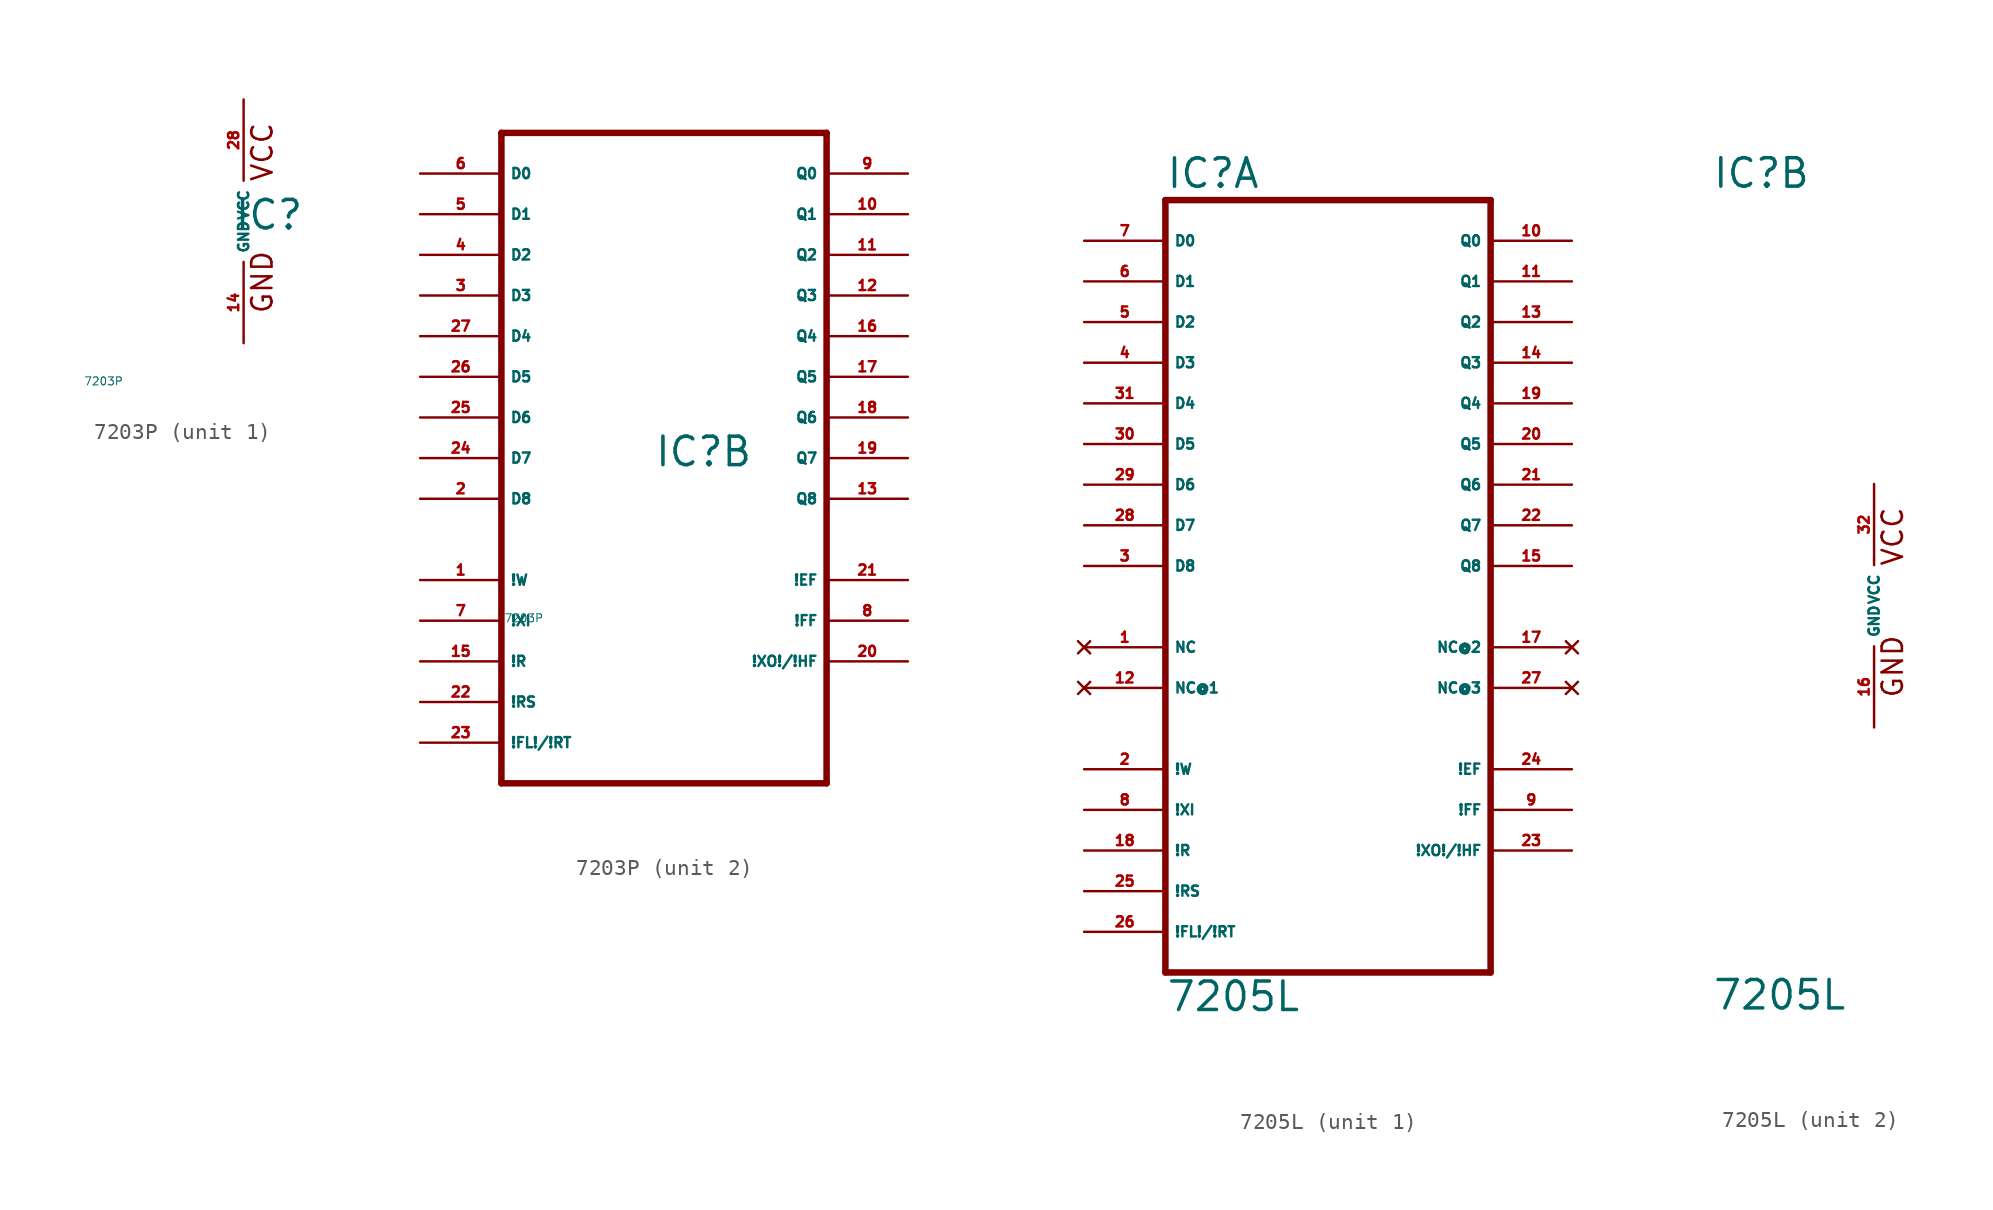
<source format=kicad_sym>
(kicad_symbol_lib
  (version 20220914)
  (generator Eagle2Kicad)
  (symbol "7203P"
    (property "Reference" "IC"
      (at -0.635 -0.635 0)
      (effects (font (size 1.778 1.778) (thickness 0.22)) (justify left bottom)))
    (property "Value" "7203P"
      (at -10 -10 0)
      (effects (font (size 0.5 0.5) (thickness 0.06)) (justify left)))
    (symbol "7203P_1_0"
      (text "GND" (at 1.905 -5.842 900) (effects (font (size 1.27 1.27) (thickness 0.16)) (justify left bottom)))
      (text "VCC" (at 1.905 2.413 900) (effects (font (size 1.27 1.27) (thickness 0.16)) (justify left bottom)))
      (pin unspecified line (at 0 7.62 270) (length 5.08) (name "VCC" (effects (font (size 0.635 0.635) (thickness 0.08)) (justify left bottom))) (number "28" (effects (font (size 0.635 0.635) (thickness 0.08)) (justify left bottom))))
      (pin unspecified line (at 0 -7.62 90) (length 5.08) (name "GND" (effects (font (size 0.635 0.635) (thickness 0.08)) (justify left bottom))) (number "14" (effects (font (size 0.635 0.635) (thickness 0.08)) (justify left bottom)))))
    (symbol "7203P_2_0"
      (polyline (pts (xy -10.16 -20.32) (xy 10.16 -20.32)) (stroke (width 0.406) (type default)) (fill (type none)))
      (polyline (pts (xy 10.16 -20.32) (xy 10.16 20.32)) (stroke (width 0.406) (type default)) (fill (type none)))
      (polyline (pts (xy 10.16 20.32) (xy -10.16 20.32)) (stroke (width 0.406) (type default)) (fill (type none)))
      (polyline (pts (xy -10.16 20.32) (xy -10.16 -20.32)) (stroke (width 0.406) (type default)) (fill (type none)))
      (pin input line (at -15.24 17.78 0) (length 5.08) (name "D0" (effects (font (size 0.635 0.635) (thickness 0.08)) (justify left bottom))) (number "6" (effects (font (size 0.635 0.635) (thickness 0.08)) (justify left bottom))))
      (pin input line (at -15.24 15.24 0) (length 5.08) (name "D1" (effects (font (size 0.635 0.635) (thickness 0.08)) (justify left bottom))) (number "5" (effects (font (size 0.635 0.635) (thickness 0.08)) (justify left bottom))))
      (pin input line (at -15.24 12.7 0) (length 5.08) (name "D2" (effects (font (size 0.635 0.635) (thickness 0.08)) (justify left bottom))) (number "4" (effects (font (size 0.635 0.635) (thickness 0.08)) (justify left bottom))))
      (pin input line (at -15.24 10.16 0) (length 5.08) (name "D3" (effects (font (size 0.635 0.635) (thickness 0.08)) (justify left bottom))) (number "3" (effects (font (size 0.635 0.635) (thickness 0.08)) (justify left bottom))))
      (pin input line (at -15.24 7.62 0) (length 5.08) (name "D4" (effects (font (size 0.635 0.635) (thickness 0.08)) (justify left bottom))) (number "27" (effects (font (size 0.635 0.635) (thickness 0.08)) (justify left bottom))))
      (pin input line (at -15.24 5.08 0) (length 5.08) (name "D5" (effects (font (size 0.635 0.635) (thickness 0.08)) (justify left bottom))) (number "26" (effects (font (size 0.635 0.635) (thickness 0.08)) (justify left bottom))))
      (pin input line (at -15.24 2.54 0) (length 5.08) (name "D6" (effects (font (size 0.635 0.635) (thickness 0.08)) (justify left bottom))) (number "25" (effects (font (size 0.635 0.635) (thickness 0.08)) (justify left bottom))))
      (pin input line (at -15.24 0 0) (length 5.08) (name "D7" (effects (font (size 0.635 0.635) (thickness 0.08)) (justify left bottom))) (number "24" (effects (font (size 0.635 0.635) (thickness 0.08)) (justify left bottom))))
      (pin input line (at -15.24 -2.54 0) (length 5.08) (name "D8" (effects (font (size 0.635 0.635) (thickness 0.08)) (justify left bottom))) (number "2" (effects (font (size 0.635 0.635) (thickness 0.08)) (justify left bottom))))
      (pin input line (at -15.24 -7.62 0) (length 5.08) (name "!W" (effects (font (size 0.635 0.635) (thickness 0.08)) (justify left bottom))) (number "1" (effects (font (size 0.635 0.635) (thickness 0.08)) (justify left bottom))))
      (pin input line (at -15.24 -10.16 0) (length 5.08) (name "!XI" (effects (font (size 0.635 0.635) (thickness 0.08)) (justify left bottom))) (number "7" (effects (font (size 0.635 0.635) (thickness 0.08)) (justify left bottom))))
      (pin input line (at -15.24 -12.7 0) (length 5.08) (name "!R" (effects (font (size 0.635 0.635) (thickness 0.08)) (justify left bottom))) (number "15" (effects (font (size 0.635 0.635) (thickness 0.08)) (justify left bottom))))
      (pin input line (at -15.24 -15.24 0) (length 5.08) (name "!RS" (effects (font (size 0.635 0.635) (thickness 0.08)) (justify left bottom))) (number "22" (effects (font (size 0.635 0.635) (thickness 0.08)) (justify left bottom))))
      (pin input line (at -15.24 -17.78 0) (length 5.08) (name "!FL!/!RT" (effects (font (size 0.635 0.635) (thickness 0.08)) (justify left bottom))) (number "23" (effects (font (size 0.635 0.635) (thickness 0.08)) (justify left bottom))))
      (pin output line (at 15.24 17.78 180) (length 5.08) (name "Q0" (effects (font (size 0.635 0.635) (thickness 0.08)) (justify left bottom))) (number "9" (effects (font (size 0.635 0.635) (thickness 0.08)) (justify left bottom))))
      (pin output line (at 15.24 15.24 180) (length 5.08) (name "Q1" (effects (font (size 0.635 0.635) (thickness 0.08)) (justify left bottom))) (number "10" (effects (font (size 0.635 0.635) (thickness 0.08)) (justify left bottom))))
      (pin output line (at 15.24 12.7 180) (length 5.08) (name "Q2" (effects (font (size 0.635 0.635) (thickness 0.08)) (justify left bottom))) (number "11" (effects (font (size 0.635 0.635) (thickness 0.08)) (justify left bottom))))
      (pin output line (at 15.24 10.16 180) (length 5.08) (name "Q3" (effects (font (size 0.635 0.635) (thickness 0.08)) (justify left bottom))) (number "12" (effects (font (size 0.635 0.635) (thickness 0.08)) (justify left bottom))))
      (pin output line (at 15.24 7.62 180) (length 5.08) (name "Q4" (effects (font (size 0.635 0.635) (thickness 0.08)) (justify left bottom))) (number "16" (effects (font (size 0.635 0.635) (thickness 0.08)) (justify left bottom))))
      (pin output line (at 15.24 5.08 180) (length 5.08) (name "Q5" (effects (font (size 0.635 0.635) (thickness 0.08)) (justify left bottom))) (number "17" (effects (font (size 0.635 0.635) (thickness 0.08)) (justify left bottom))))
      (pin output line (at 15.24 2.54 180) (length 5.08) (name "Q6" (effects (font (size 0.635 0.635) (thickness 0.08)) (justify left bottom))) (number "18" (effects (font (size 0.635 0.635) (thickness 0.08)) (justify left bottom))))
      (pin output line (at 15.24 0 180) (length 5.08) (name "Q7" (effects (font (size 0.635 0.635) (thickness 0.08)) (justify left bottom))) (number "19" (effects (font (size 0.635 0.635) (thickness 0.08)) (justify left bottom))))
      (pin output line (at 15.24 -2.54 180) (length 5.08) (name "Q8" (effects (font (size 0.635 0.635) (thickness 0.08)) (justify left bottom))) (number "13" (effects (font (size 0.635 0.635) (thickness 0.08)) (justify left bottom))))
      (pin output line (at 15.24 -7.62 180) (length 5.08) (name "!EF" (effects (font (size 0.635 0.635) (thickness 0.08)) (justify left bottom))) (number "21" (effects (font (size 0.635 0.635) (thickness 0.08)) (justify left bottom))))
      (pin output line (at 15.24 -10.16 180) (length 5.08) (name "!FF" (effects (font (size 0.635 0.635) (thickness 0.08)) (justify left bottom))) (number "8" (effects (font (size 0.635 0.635) (thickness 0.08)) (justify left bottom))))
      (pin output line (at 15.24 -12.7 180) (length 5.08) (name "!XO!/!HF" (effects (font (size 0.635 0.635) (thickness 0.08)) (justify left bottom))) (number "20" (effects (font (size 0.635 0.635) (thickness 0.08)) (justify left bottom))))))
  (symbol "7205L"
    (property "Reference" "IC"
      (at -10.16 26.035 0)
      (effects (font (size 1.778 1.778) (thickness 0.22)) (justify left bottom)))
    (property "Value" "7205L"
      (at -10.16 -25.4 0)
      (effects (font (size 1.778 1.778) (thickness 0.22)) (justify left bottom)))
    (symbol "7205L_1_0"
      (polyline (pts (xy -10.16 -22.86) (xy 10.16 -22.86)) (stroke (width 0.406) (type default)) (fill (type none)))
      (polyline (pts (xy 10.16 -22.86) (xy 10.16 25.4)) (stroke (width 0.406) (type default)) (fill (type none)))
      (polyline (pts (xy 10.16 25.4) (xy -10.16 25.4)) (stroke (width 0.406) (type default)) (fill (type none)))
      (polyline (pts (xy -10.16 25.4) (xy -10.16 -22.86)) (stroke (width 0.406) (type default)) (fill (type none)))
      (pin input line (at -15.24 22.86 0) (length 5.08) (name "D0" (effects (font (size 0.635 0.635) (thickness 0.08)) (justify left bottom))) (number "7" (effects (font (size 0.635 0.635) (thickness 0.08)) (justify left bottom))))
      (pin input line (at -15.24 20.32 0) (length 5.08) (name "D1" (effects (font (size 0.635 0.635) (thickness 0.08)) (justify left bottom))) (number "6" (effects (font (size 0.635 0.635) (thickness 0.08)) (justify left bottom))))
      (pin input line (at -15.24 17.78 0) (length 5.08) (name "D2" (effects (font (size 0.635 0.635) (thickness 0.08)) (justify left bottom))) (number "5" (effects (font (size 0.635 0.635) (thickness 0.08)) (justify left bottom))))
      (pin input line (at -15.24 15.24 0) (length 5.08) (name "D3" (effects (font (size 0.635 0.635) (thickness 0.08)) (justify left bottom))) (number "4" (effects (font (size 0.635 0.635) (thickness 0.08)) (justify left bottom))))
      (pin input line (at -15.24 12.7 0) (length 5.08) (name "D4" (effects (font (size 0.635 0.635) (thickness 0.08)) (justify left bottom))) (number "31" (effects (font (size 0.635 0.635) (thickness 0.08)) (justify left bottom))))
      (pin input line (at -15.24 10.16 0) (length 5.08) (name "D5" (effects (font (size 0.635 0.635) (thickness 0.08)) (justify left bottom))) (number "30" (effects (font (size 0.635 0.635) (thickness 0.08)) (justify left bottom))))
      (pin input line (at -15.24 7.62 0) (length 5.08) (name "D6" (effects (font (size 0.635 0.635) (thickness 0.08)) (justify left bottom))) (number "29" (effects (font (size 0.635 0.635) (thickness 0.08)) (justify left bottom))))
      (pin input line (at -15.24 5.08 0) (length 5.08) (name "D7" (effects (font (size 0.635 0.635) (thickness 0.08)) (justify left bottom))) (number "28" (effects (font (size 0.635 0.635) (thickness 0.08)) (justify left bottom))))
      (pin input line (at -15.24 2.54 0) (length 5.08) (name "D8" (effects (font (size 0.635 0.635) (thickness 0.08)) (justify left bottom))) (number "3" (effects (font (size 0.635 0.635) (thickness 0.08)) (justify left bottom))))
      (pin input line (at -15.24 -10.16 0) (length 5.08) (name "!W" (effects (font (size 0.635 0.635) (thickness 0.08)) (justify left bottom))) (number "2" (effects (font (size 0.635 0.635) (thickness 0.08)) (justify left bottom))))
      (pin input line (at -15.24 -12.7 0) (length 5.08) (name "!XI" (effects (font (size 0.635 0.635) (thickness 0.08)) (justify left bottom))) (number "8" (effects (font (size 0.635 0.635) (thickness 0.08)) (justify left bottom))))
      (pin input line (at -15.24 -15.24 0) (length 5.08) (name "!R" (effects (font (size 0.635 0.635) (thickness 0.08)) (justify left bottom))) (number "18" (effects (font (size 0.635 0.635) (thickness 0.08)) (justify left bottom))))
      (pin input line (at -15.24 -17.78 0) (length 5.08) (name "!RS" (effects (font (size 0.635 0.635) (thickness 0.08)) (justify left bottom))) (number "25" (effects (font (size 0.635 0.635) (thickness 0.08)) (justify left bottom))))
      (pin input line (at -15.24 -20.32 0) (length 5.08) (name "!FL!/!RT" (effects (font (size 0.635 0.635) (thickness 0.08)) (justify left bottom))) (number "26" (effects (font (size 0.635 0.635) (thickness 0.08)) (justify left bottom))))
      (pin output line (at 15.24 22.86 180) (length 5.08) (name "Q0" (effects (font (size 0.635 0.635) (thickness 0.08)) (justify left bottom))) (number "10" (effects (font (size 0.635 0.635) (thickness 0.08)) (justify left bottom))))
      (pin output line (at 15.24 20.32 180) (length 5.08) (name "Q1" (effects (font (size 0.635 0.635) (thickness 0.08)) (justify left bottom))) (number "11" (effects (font (size 0.635 0.635) (thickness 0.08)) (justify left bottom))))
      (pin output line (at 15.24 17.78 180) (length 5.08) (name "Q2" (effects (font (size 0.635 0.635) (thickness 0.08)) (justify left bottom))) (number "13" (effects (font (size 0.635 0.635) (thickness 0.08)) (justify left bottom))))
      (pin output line (at 15.24 15.24 180) (length 5.08) (name "Q3" (effects (font (size 0.635 0.635) (thickness 0.08)) (justify left bottom))) (number "14" (effects (font (size 0.635 0.635) (thickness 0.08)) (justify left bottom))))
      (pin output line (at 15.24 12.7 180) (length 5.08) (name "Q4" (effects (font (size 0.635 0.635) (thickness 0.08)) (justify left bottom))) (number "19" (effects (font (size 0.635 0.635) (thickness 0.08)) (justify left bottom))))
      (pin output line (at 15.24 10.16 180) (length 5.08) (name "Q5" (effects (font (size 0.635 0.635) (thickness 0.08)) (justify left bottom))) (number "20" (effects (font (size 0.635 0.635) (thickness 0.08)) (justify left bottom))))
      (pin output line (at 15.24 7.62 180) (length 5.08) (name "Q6" (effects (font (size 0.635 0.635) (thickness 0.08)) (justify left bottom))) (number "21" (effects (font (size 0.635 0.635) (thickness 0.08)) (justify left bottom))))
      (pin output line (at 15.24 5.08 180) (length 5.08) (name "Q7" (effects (font (size 0.635 0.635) (thickness 0.08)) (justify left bottom))) (number "22" (effects (font (size 0.635 0.635) (thickness 0.08)) (justify left bottom))))
      (pin output line (at 15.24 2.54 180) (length 5.08) (name "Q8" (effects (font (size 0.635 0.635) (thickness 0.08)) (justify left bottom))) (number "15" (effects (font (size 0.635 0.635) (thickness 0.08)) (justify left bottom))))
      (pin output line (at 15.24 -10.16 180) (length 5.08) (name "!EF" (effects (font (size 0.635 0.635) (thickness 0.08)) (justify left bottom))) (number "24" (effects (font (size 0.635 0.635) (thickness 0.08)) (justify left bottom))))
      (pin output line (at 15.24 -12.7 180) (length 5.08) (name "!FF" (effects (font (size 0.635 0.635) (thickness 0.08)) (justify left bottom))) (number "9" (effects (font (size 0.635 0.635) (thickness 0.08)) (justify left bottom))))
      (pin output line (at 15.24 -15.24 180) (length 5.08) (name "!XO!/!HF" (effects (font (size 0.635 0.635) (thickness 0.08)) (justify left bottom))) (number "23" (effects (font (size 0.635 0.635) (thickness 0.08)) (justify left bottom))))
      (pin no_connect line (at -15.24 -2.54 0) (length 5.08) (name "NC" (effects (font (size 0.635 0.635) (thickness 0.08)) (justify left bottom) hide)) (number "1" (effects (font (size 0.635 0.635) (thickness 0.08)) (justify left bottom) hide)))
      (pin no_connect line (at -15.24 -5.08 0) (length 5.08) (name "NC@1" (effects (font (size 0.635 0.635) (thickness 0.08)) (justify left bottom) hide)) (number "12" (effects (font (size 0.635 0.635) (thickness 0.08)) (justify left bottom) hide)))
      (pin no_connect line (at 15.24 -2.54 180) (length 5.08) (name "NC@2" (effects (font (size 0.635 0.635) (thickness 0.08)) (justify left bottom) hide)) (number "17" (effects (font (size 0.635 0.635) (thickness 0.08)) (justify left bottom) hide)))
      (pin no_connect line (at 15.24 -5.08 180) (length 5.08) (name "NC@3" (effects (font (size 0.635 0.635) (thickness 0.08)) (justify left bottom) hide)) (number "27" (effects (font (size 0.635 0.635) (thickness 0.08)) (justify left bottom) hide))))
    (symbol "7205L_2_0"
      (text "GND" (at 1.905 -5.842 900) (effects (font (size 1.27 1.27) (thickness 0.16)) (justify left bottom)))
      (text "VCC" (at 1.905 2.413 900) (effects (font (size 1.27 1.27) (thickness 0.16)) (justify left bottom)))
      (pin unspecified line (at 0 7.62 270) (length 5.08) (name "VCC" (effects (font (size 0.635 0.635) (thickness 0.08)) (justify left bottom))) (number "32" (effects (font (size 0.635 0.635) (thickness 0.08)) (justify left bottom))))
      (pin unspecified line (at 0 -7.62 90) (length 5.08) (name "GND" (effects (font (size 0.635 0.635) (thickness 0.08)) (justify left bottom))) (number "16" (effects (font (size 0.635 0.635) (thickness 0.08)) (justify left bottom)))))))
</source>
